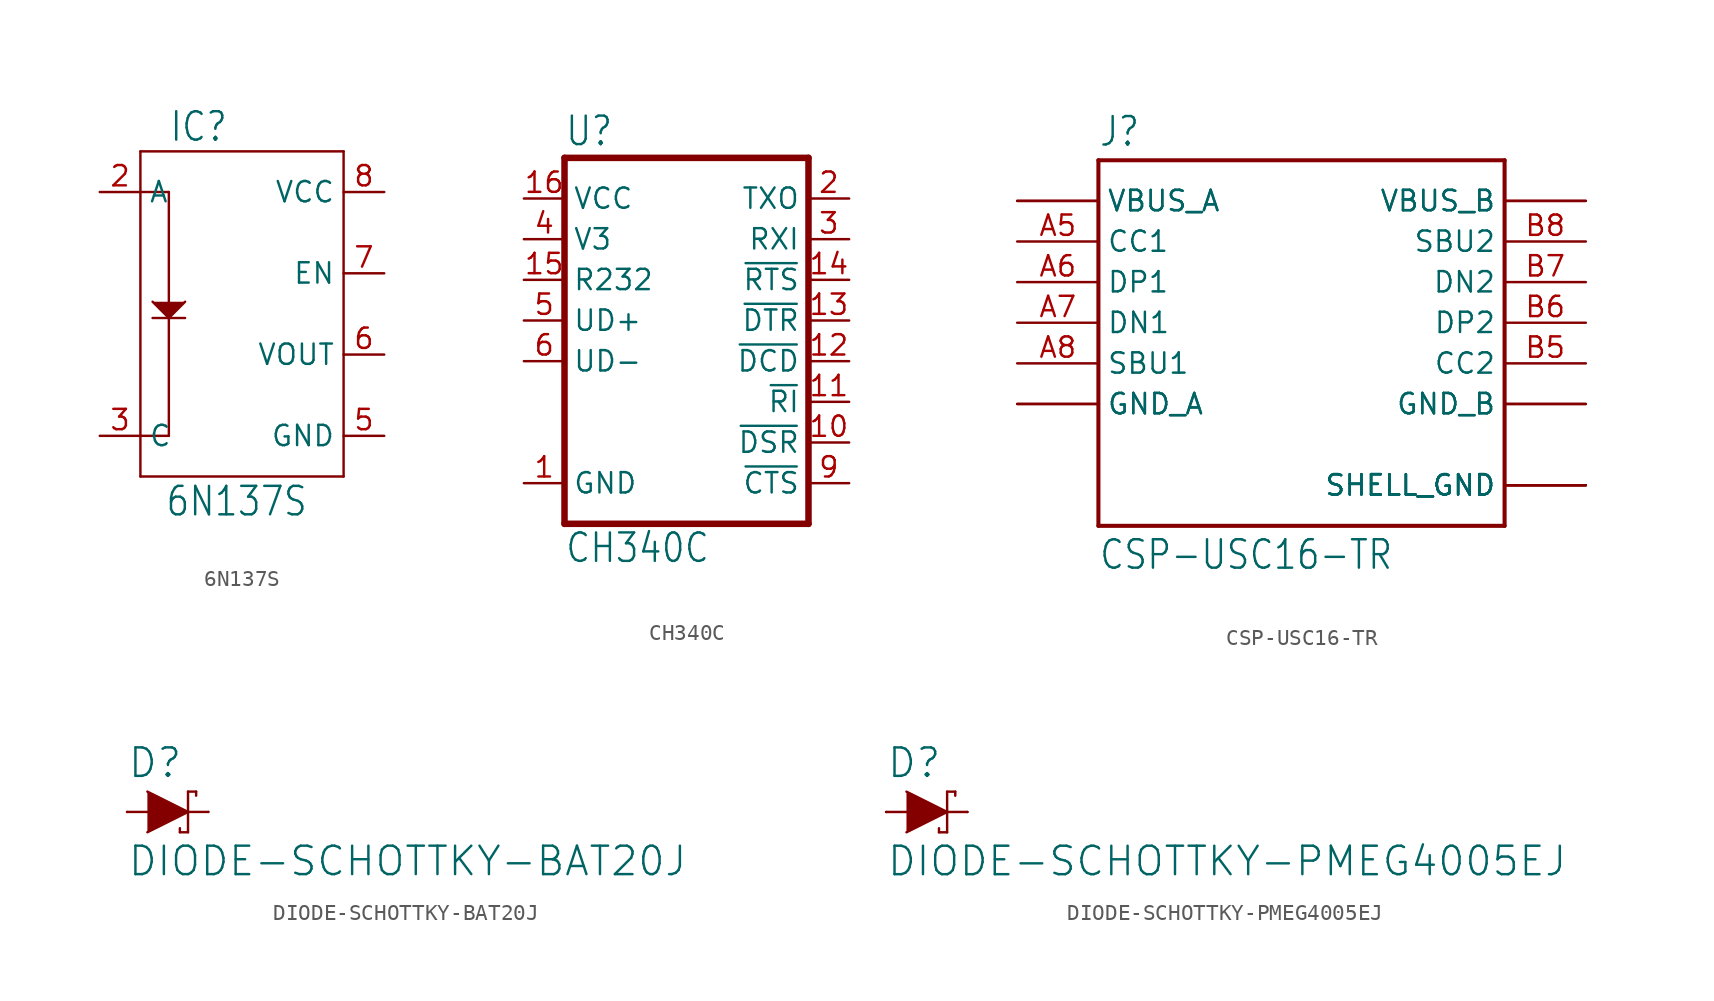
<source format=kicad_sym>
(kicad_symbol_lib
  (version 20211014)
  (generator kicad_symbol_editor)
  (symbol "6N137S"
    (property "Reference" "IC"
      (at -3.302 8.128 0)
      (effects (font (size 1.778 1.511)) (justify left bottom)))
    (property "Value" "6N137S"
      (at -3.556 -13.208 0)
      (effects (font (size 1.778 1.511)) (justify left top)))
    (property "ki_locked" ""
      (at 0 0 0)
      (effects (font (size 1.27 1.27))))
    (symbol "6N137S_1_0"
      (polyline (pts (xy -5.08 -12.7) (xy 7.62 -12.7)) (stroke (width 0.152) (type default) (color 0 0 0 0)) (fill (type none)))
      (polyline (pts (xy -5.08 -10.16) (xy -5.08 -12.7)) (stroke (width 0.152) (type default) (color 0 0 0 0)) (fill (type none)))
      (polyline (pts (xy -5.08 5.08) (xy -5.08 -10.16)) (stroke (width 0.152) (type default) (color 0 0 0 0)) (fill (type none)))
      (polyline (pts (xy -5.08 5.08) (xy -3.302 5.08)) (stroke (width 0.152) (type default) (color 0 0 0 0)) (fill (type none)))
      (polyline (pts (xy -5.08 7.62) (xy -5.08 5.08)) (stroke (width 0.152) (type default) (color 0 0 0 0)) (fill (type none)))
      (polyline (pts (xy -4.318 -2.794) (xy -3.302 -2.794)) (stroke (width 0.152) (type default) (color 0 0 0 0)) (fill (type none)))
      (polyline (pts (xy -3.302 -10.16) (xy -5.08 -10.16)) (stroke (width 0.152) (type default) (color 0 0 0 0)) (fill (type none)))
      (polyline (pts (xy -3.302 -2.794) (xy -3.302 -10.16)) (stroke (width 0.152) (type default) (color 0 0 0 0)) (fill (type none)))
      (polyline (pts (xy -3.302 -2.794) (xy -2.286 -2.794)) (stroke (width 0.152) (type default) (color 0 0 0 0)) (fill (type none)))
      (polyline (pts (xy -3.302 5.08) (xy -3.302 -1.778)) (stroke (width 0.152) (type default) (color 0 0 0 0)) (fill (type none)))
      (polyline (pts (xy 7.62 -12.7) (xy 7.62 7.62)) (stroke (width 0.152) (type default) (color 0 0 0 0)) (fill (type none)))
      (polyline (pts (xy 7.62 7.62) (xy -5.08 7.62)) (stroke (width 0.152) (type default) (color 0 0 0 0)) (fill (type none)))
      (polyline (pts (xy -4.318 -1.778) (xy -3.302 -2.794) (xy -2.286 -1.778)) (stroke (width 0) (type default) (color 0 0 0 0)) (fill (type outline)))
      (pin bidirectional line (at -7.62 5.08 0) (length 2.54) (name "A" (effects (font (size 1.27 1.27)))) (number "2" (effects (font (size 1.27 1.27)))))
      (pin bidirectional line (at -7.62 -10.16 0) (length 2.54) (name "C" (effects (font (size 1.27 1.27)))) (number "3" (effects (font (size 1.27 1.27)))))
      (pin bidirectional line (at 10.16 -10.16 180) (length 2.54) (name "GND" (effects (font (size 1.27 1.27)))) (number "5" (effects (font (size 1.27 1.27)))))
      (pin bidirectional line (at 10.16 -5.08 180) (length 2.54) (name "VOUT" (effects (font (size 1.27 1.27)))) (number "6" (effects (font (size 1.27 1.27)))))
      (pin bidirectional line (at 10.16 0 180) (length 2.54) (name "EN" (effects (font (size 1.27 1.27)))) (number "7" (effects (font (size 1.27 1.27)))))
      (pin bidirectional line (at 10.16 5.08 180) (length 2.54) (name "VCC" (effects (font (size 1.27 1.27)))) (number "8" (effects (font (size 1.27 1.27)))))))
  (symbol "CH340C"
    (property "Reference" "U"
      (at -7.62 10.795 0)
      (effects (font (size 1.778 1.511)) (justify left bottom)))
    (property "Value" "CH340C"
      (at -7.62 -15.24 0)
      (effects (font (size 1.778 1.511)) (justify left bottom)))
    (property "ki_locked" ""
      (at 0 0 0)
      (effects (font (size 1.27 1.27))))
    (symbol "CH340C_1_0"
      (polyline (pts (xy -7.62 -12.7) (xy 7.62 -12.7)) (stroke (width 0.406) (type default) (color 0 0 0 0)) (fill (type none)))
      (polyline (pts (xy -7.62 10.16) (xy -7.62 -12.7)) (stroke (width 0.406) (type default) (color 0 0 0 0)) (fill (type none)))
      (polyline (pts (xy 7.62 -12.7) (xy 7.62 10.16)) (stroke (width 0.406) (type default) (color 0 0 0 0)) (fill (type none)))
      (polyline (pts (xy 7.62 10.16) (xy -7.62 10.16)) (stroke (width 0.406) (type default) (color 0 0 0 0)) (fill (type none)))
      (pin bidirectional line (at -10.16 -10.16 0) (length 2.54) (name "GND" (effects (font (size 1.27 1.27)))) (number "1" (effects (font (size 1.27 1.27)))))
      (pin bidirectional line (at 10.16 -7.62 180) (length 2.54) (name "~{DSR}" (effects (font (size 1.27 1.27)))) (number "10" (effects (font (size 1.27 1.27)))))
      (pin bidirectional line (at 10.16 -5.08 180) (length 2.54) (name "~{RI}" (effects (font (size 1.27 1.27)))) (number "11" (effects (font (size 1.27 1.27)))))
      (pin bidirectional line (at 10.16 -2.54 180) (length 2.54) (name "~{DCD}" (effects (font (size 1.27 1.27)))) (number "12" (effects (font (size 1.27 1.27)))))
      (pin bidirectional line (at 10.16 0 180) (length 2.54) (name "~{DTR}" (effects (font (size 1.27 1.27)))) (number "13" (effects (font (size 1.27 1.27)))))
      (pin bidirectional line (at 10.16 2.54 180) (length 2.54) (name "~{RTS}" (effects (font (size 1.27 1.27)))) (number "14" (effects (font (size 1.27 1.27)))))
      (pin bidirectional line (at -10.16 2.54 0) (length 2.54) (name "R232" (effects (font (size 1.27 1.27)))) (number "15" (effects (font (size 1.27 1.27)))))
      (pin bidirectional line (at -10.16 7.62 0) (length 2.54) (name "VCC" (effects (font (size 1.27 1.27)))) (number "16" (effects (font (size 1.27 1.27)))))
      (pin bidirectional line (at 10.16 7.62 180) (length 2.54) (name "TXO" (effects (font (size 1.27 1.27)))) (number "2" (effects (font (size 1.27 1.27)))))
      (pin bidirectional line (at 10.16 5.08 180) (length 2.54) (name "RXI" (effects (font (size 1.27 1.27)))) (number "3" (effects (font (size 1.27 1.27)))))
      (pin bidirectional line (at -10.16 5.08 0) (length 2.54) (name "V3" (effects (font (size 1.27 1.27)))) (number "4" (effects (font (size 1.27 1.27)))))
      (pin bidirectional line (at -10.16 0 0) (length 2.54) (name "UD+" (effects (font (size 1.27 1.27)))) (number "5" (effects (font (size 1.27 1.27)))))
      (pin bidirectional line (at -10.16 -2.54 0) (length 2.54) (name "UD-" (effects (font (size 1.27 1.27)))) (number "6" (effects (font (size 1.27 1.27)))))
      (pin bidirectional line (at 10.16 -10.16 180) (length 2.54) (name "~{CTS}" (effects (font (size 1.27 1.27)))) (number "9" (effects (font (size 1.27 1.27)))))))
  (symbol "CSP-USC16-TR"
    (property "Reference" "J"
      (at -12.7 13.462 0)
      (effects (font (size 1.778 1.511)) (justify left bottom)))
    (property "Value" "CSP-USC16-TR"
      (at -12.7 -10.922 0)
      (effects (font (size 1.778 1.511)) (justify left top)))
    (property "ki_locked" ""
      (at 0 0 0)
      (effects (font (size 1.27 1.27))))
    (symbol "CSP-USC16-TR_1_0"
      (polyline (pts (xy -12.7 -10.16) (xy -12.7 12.7)) (stroke (width 0.254) (type default) (color 0 0 0 0)) (fill (type none)))
      (polyline (pts (xy -12.7 12.7) (xy 12.7 12.7)) (stroke (width 0.254) (type default) (color 0 0 0 0)) (fill (type none)))
      (polyline (pts (xy 12.7 -10.16) (xy -12.7 -10.16)) (stroke (width 0.254) (type default) (color 0 0 0 0)) (fill (type none)))
      (polyline (pts (xy 12.7 12.7) (xy 12.7 -10.16)) (stroke (width 0.254) (type default) (color 0 0 0 0)) (fill (type none)))
      (pin power_in line (at -17.78 -2.54 0) (length 5.08) (name "GND_A" (effects (font (size 1.27 1.27)))) (number "A1" (effects (font (size 0 0)))))
      (pin power_in line (at -17.78 -2.54 0) (length 5.08) (name "GND_A" (effects (font (size 1.27 1.27)))) (number "A12" (effects (font (size 0 0)))))
      (pin power_in line (at -17.78 10.16 0) (length 5.08) (name "VBUS_A" (effects (font (size 1.27 1.27)))) (number "A4" (effects (font (size 0 0)))))
      (pin bidirectional line (at -17.78 7.62 0) (length 5.08) (name "CC1" (effects (font (size 1.27 1.27)))) (number "A5" (effects (font (size 1.27 1.27)))))
      (pin bidirectional line (at -17.78 5.08 0) (length 5.08) (name "DP1" (effects (font (size 1.27 1.27)))) (number "A6" (effects (font (size 1.27 1.27)))))
      (pin bidirectional line (at -17.78 2.54 0) (length 5.08) (name "DN1" (effects (font (size 1.27 1.27)))) (number "A7" (effects (font (size 1.27 1.27)))))
      (pin bidirectional line (at -17.78 0 0) (length 5.08) (name "SBU1" (effects (font (size 1.27 1.27)))) (number "A8" (effects (font (size 1.27 1.27)))))
      (pin power_in line (at -17.78 10.16 0) (length 5.08) (name "VBUS_A" (effects (font (size 1.27 1.27)))) (number "A9" (effects (font (size 0 0)))))
      (pin power_in line (at 17.78 -2.54 180) (length 5.08) (name "GND_B" (effects (font (size 1.27 1.27)))) (number "B1" (effects (font (size 0 0)))))
      (pin power_in line (at 17.78 -2.54 180) (length 5.08) (name "GND_B" (effects (font (size 1.27 1.27)))) (number "B12" (effects (font (size 0 0)))))
      (pin power_in line (at 17.78 10.16 180) (length 5.08) (name "VBUS_B" (effects (font (size 1.27 1.27)))) (number "B4" (effects (font (size 0 0)))))
      (pin bidirectional line (at 17.78 0 180) (length 5.08) (name "CC2" (effects (font (size 1.27 1.27)))) (number "B5" (effects (font (size 1.27 1.27)))))
      (pin bidirectional line (at 17.78 2.54 180) (length 5.08) (name "DP2" (effects (font (size 1.27 1.27)))) (number "B6" (effects (font (size 1.27 1.27)))))
      (pin bidirectional line (at 17.78 5.08 180) (length 5.08) (name "DN2" (effects (font (size 1.27 1.27)))) (number "B7" (effects (font (size 1.27 1.27)))))
      (pin bidirectional line (at 17.78 7.62 180) (length 5.08) (name "SBU2" (effects (font (size 1.27 1.27)))) (number "B8" (effects (font (size 1.27 1.27)))))
      (pin power_in line (at 17.78 10.16 180) (length 5.08) (name "VBUS_B" (effects (font (size 1.27 1.27)))) (number "B9" (effects (font (size 0 0)))))
      (pin power_in line (at 17.78 -7.62 180) (length 5.08) (name "SHELL_GND" (effects (font (size 1.27 1.27)))) (number "S1" (effects (font (size 0 0)))))
      (pin power_in line (at 17.78 -7.62 180) (length 5.08) (name "SHELL_GND" (effects (font (size 1.27 1.27)))) (number "S2" (effects (font (size 0 0)))))
      (pin power_in line (at 17.78 -7.62 180) (length 5.08) (name "SHELL_GND" (effects (font (size 1.27 1.27)))) (number "S3" (effects (font (size 0 0)))))
      (pin power_in line (at 17.78 -7.62 180) (length 5.08) (name "SHELL_GND" (effects (font (size 1.27 1.27)))) (number "S4" (effects (font (size 0 0)))))))
  (symbol "DIODE-SCHOTTKY-BAT20J"
    (property "Reference" "D"
      (at -2.54 2.032 0)
      (effects (font (size 1.778 1.778)) (justify left bottom)))
    (property "Value" "DIODE-SCHOTTKY-BAT20J"
      (at -2.54 -2.032 0)
      (effects (font (size 1.778 1.778)) (justify left top)))
    (property "ki_locked" ""
      (at 0 0 0)
      (effects (font (size 1.27 1.27))))
    (symbol "DIODE-SCHOTTKY-BAT20J_1_0"
      (polyline (pts (xy -2.54 0) (xy -1.27 0)) (stroke (width 0.152) (type default) (color 0 0 0 0)) (fill (type none)))
      (polyline (pts (xy 0.762 -1.27) (xy 0.762 -1.016)) (stroke (width 0.152) (type default) (color 0 0 0 0)) (fill (type none)))
      (polyline (pts (xy 1.27 -1.27) (xy 0.762 -1.27)) (stroke (width 0.152) (type default) (color 0 0 0 0)) (fill (type none)))
      (polyline (pts (xy 1.27 0) (xy 1.27 -1.27)) (stroke (width 0.152) (type default) (color 0 0 0 0)) (fill (type none)))
      (polyline (pts (xy 1.27 1.27) (xy 1.27 0)) (stroke (width 0.152) (type default) (color 0 0 0 0)) (fill (type none)))
      (polyline (pts (xy 1.27 1.27) (xy 1.778 1.27)) (stroke (width 0.152) (type default) (color 0 0 0 0)) (fill (type none)))
      (polyline (pts (xy 1.778 1.27) (xy 1.778 1.016)) (stroke (width 0.152) (type default) (color 0 0 0 0)) (fill (type none)))
      (polyline (pts (xy 2.54 0) (xy 1.27 0)) (stroke (width 0.152) (type default) (color 0 0 0 0)) (fill (type none)))
      (polyline (pts (xy -1.27 1.27) (xy 1.27 0) (xy -1.27 -1.27)) (stroke (width 0) (type default) (color 0 0 0 0)) (fill (type outline)))
      (pin passive line (at -2.54 0 0) (length 0) (name "A" (effects (font (size 0 0)))) (number "A" (effects (font (size 0 0)))))
      (pin passive line (at 2.54 0 180) (length 0) (name "C" (effects (font (size 0 0)))) (number "C" (effects (font (size 0 0)))))))
  (symbol "DIODE-SCHOTTKY-PMEG4005EJ"
    (property "Reference" "D"
      (at -2.54 2.032 0)
      (effects (font (size 1.778 1.778)) (justify left bottom)))
    (property "Value" "DIODE-SCHOTTKY-PMEG4005EJ"
      (at -2.54 -2.032 0)
      (effects (font (size 1.778 1.778)) (justify left top)))
    (property "ki_locked" ""
      (at 0 0 0)
      (effects (font (size 1.27 1.27))))
    (symbol "DIODE-SCHOTTKY-PMEG4005EJ_1_0"
      (polyline (pts (xy -2.54 0) (xy -1.27 0)) (stroke (width 0.152) (type default) (color 0 0 0 0)) (fill (type none)))
      (polyline (pts (xy 0.762 -1.27) (xy 0.762 -1.016)) (stroke (width 0.152) (type default) (color 0 0 0 0)) (fill (type none)))
      (polyline (pts (xy 1.27 -1.27) (xy 0.762 -1.27)) (stroke (width 0.152) (type default) (color 0 0 0 0)) (fill (type none)))
      (polyline (pts (xy 1.27 0) (xy 1.27 -1.27)) (stroke (width 0.152) (type default) (color 0 0 0 0)) (fill (type none)))
      (polyline (pts (xy 1.27 1.27) (xy 1.27 0)) (stroke (width 0.152) (type default) (color 0 0 0 0)) (fill (type none)))
      (polyline (pts (xy 1.27 1.27) (xy 1.778 1.27)) (stroke (width 0.152) (type default) (color 0 0 0 0)) (fill (type none)))
      (polyline (pts (xy 1.778 1.27) (xy 1.778 1.016)) (stroke (width 0.152) (type default) (color 0 0 0 0)) (fill (type none)))
      (polyline (pts (xy 2.54 0) (xy 1.27 0)) (stroke (width 0.152) (type default) (color 0 0 0 0)) (fill (type none)))
      (polyline (pts (xy -1.27 1.27) (xy 1.27 0) (xy -1.27 -1.27)) (stroke (width 0) (type default) (color 0 0 0 0)) (fill (type outline)))
      (pin passive line (at -2.54 0 0) (length 0) (name "A" (effects (font (size 0 0)))) (number "A" (effects (font (size 0 0)))))
      (pin passive line (at 2.54 0 180) (length 0) (name "C" (effects (font (size 0 0)))) (number "C" (effects (font (size 0 0))))))))
</source>
